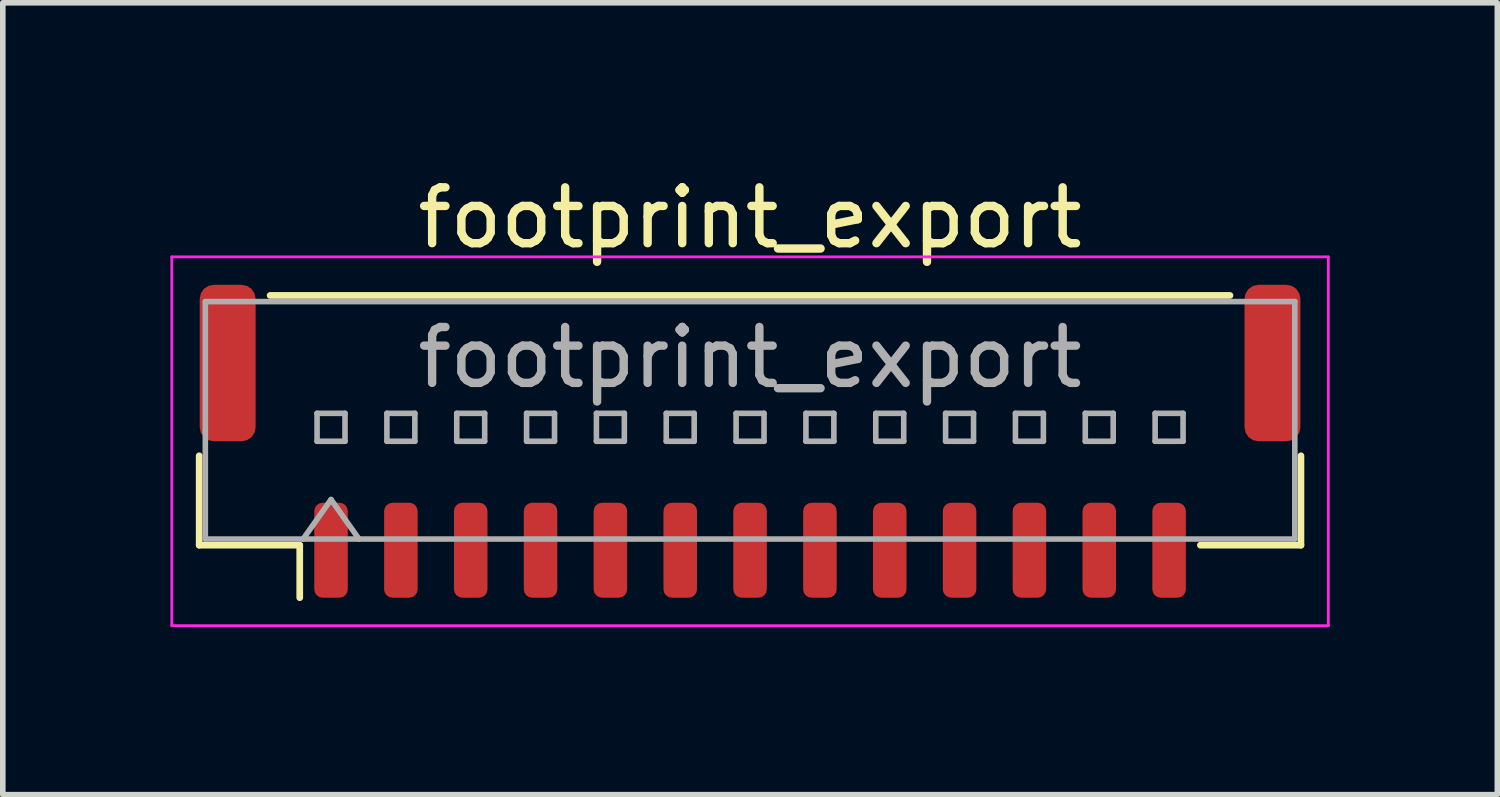
<source format=kicad_pcb>
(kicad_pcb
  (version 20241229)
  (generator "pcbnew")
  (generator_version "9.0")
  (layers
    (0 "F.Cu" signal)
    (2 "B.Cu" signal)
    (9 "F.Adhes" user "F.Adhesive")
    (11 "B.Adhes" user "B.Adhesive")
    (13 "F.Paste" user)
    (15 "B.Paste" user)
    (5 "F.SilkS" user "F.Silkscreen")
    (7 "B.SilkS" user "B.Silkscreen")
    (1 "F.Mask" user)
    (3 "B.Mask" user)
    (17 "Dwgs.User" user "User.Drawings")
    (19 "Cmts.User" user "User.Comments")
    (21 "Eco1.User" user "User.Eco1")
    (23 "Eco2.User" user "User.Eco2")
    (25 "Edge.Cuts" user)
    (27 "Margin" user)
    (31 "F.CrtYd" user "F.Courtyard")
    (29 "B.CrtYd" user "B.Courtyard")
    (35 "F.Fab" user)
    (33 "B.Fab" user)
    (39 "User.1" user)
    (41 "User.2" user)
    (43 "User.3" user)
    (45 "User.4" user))
  (footprint "footprint_export"
    (layer "F.Cu")
    (at 10.375 4.848)
    (property "Reference" "footprint_export" (at 0 -4 0) (layer "F.SilkS") (effects (font (size 1 1) (thickness 0.15))))
    (attr smd)
    (fp_line (start -9.86 0.26) (end -9.86 1.86) (stroke (width 0.12) (type solid)) (layer "F.SilkS"))
    (fp_line (start -9.86 1.86) (end -8.06 1.86) (stroke (width 0.12) (type solid)) (layer "F.SilkS"))
    (fp_line (start -8.59 -2.61) (end 8.59 -2.61) (stroke (width 0.12) (type solid)) (layer "F.SilkS"))
    (fp_line (start -8.06 1.86) (end -8.06 2.8) (stroke (width 0.12) (type solid)) (layer "F.SilkS"))
    (fp_line (start 9.86 0.26) (end 9.86 1.86) (stroke (width 0.12) (type solid)) (layer "F.SilkS"))
    (fp_line (start 9.86 1.86) (end 8.06 1.86) (stroke (width 0.12) (type solid)) (layer "F.SilkS"))
    (fp_line (start -10.35 -3.3) (end -10.35 3.3) (stroke (width 0.05) (type solid)) (layer "F.CrtYd"))
    (fp_line (start -10.35 3.3) (end 10.35 3.3) (stroke (width 0.05) (type solid)) (layer "F.CrtYd"))
    (fp_line (start 10.35 -3.3) (end -10.35 -3.3) (stroke (width 0.05) (type solid)) (layer "F.CrtYd"))
    (fp_line (start 10.35 3.3) (end 10.35 -3.3) (stroke (width 0.05) (type solid)) (layer "F.CrtYd"))
    (fp_line (start -9.75 -2.5) (end 9.75 -2.5) (stroke (width 0.1) (type solid)) (layer "F.Fab"))
    (fp_line (start -9.75 1.75) (end -9.75 -2.5) (stroke (width 0.1) (type solid)) (layer "F.Fab"))
    (fp_line (start -9.75 1.75) (end 9.75 1.75) (stroke (width 0.1) (type solid)) (layer "F.Fab"))
    (fp_line (start -8 1.75) (end -7.5 1.043) (stroke (width 0.1) (type solid)) (layer "F.Fab"))
    (fp_line (start -7.75 -0.5) (end -7.75 0) (stroke (width 0.1) (type solid)) (layer "F.Fab"))
    (fp_line (start -7.75 0) (end -7.25 0) (stroke (width 0.1) (type solid)) (layer "F.Fab"))
    (fp_line (start -7.5 1.043) (end -7 1.75) (stroke (width 0.1) (type solid)) (layer "F.Fab"))
    (fp_line (start -7.25 -0.5) (end -7.75 -0.5) (stroke (width 0.1) (type solid)) (layer "F.Fab"))
    (fp_line (start -7.25 0) (end -7.25 -0.5) (stroke (width 0.1) (type solid)) (layer "F.Fab"))
    (fp_line (start -6.5 -0.5) (end -6.5 0) (stroke (width 0.1) (type solid)) (layer "F.Fab"))
    (fp_line (start -6.5 0) (end -6 0) (stroke (width 0.1) (type solid)) (layer "F.Fab"))
    (fp_line (start -6 -0.5) (end -6.5 -0.5) (stroke (width 0.1) (type solid)) (layer "F.Fab"))
    (fp_line (start -6 0) (end -6 -0.5) (stroke (width 0.1) (type solid)) (layer "F.Fab"))
    (fp_line (start -5.25 -0.5) (end -5.25 0) (stroke (width 0.1) (type solid)) (layer "F.Fab"))
    (fp_line (start -5.25 0) (end -4.75 0) (stroke (width 0.1) (type solid)) (layer "F.Fab"))
    (fp_line (start -4.75 -0.5) (end -5.25 -0.5) (stroke (width 0.1) (type solid)) (layer "F.Fab"))
    (fp_line (start -4.75 0) (end -4.75 -0.5) (stroke (width 0.1) (type solid)) (layer "F.Fab"))
    (fp_line (start -4 -0.5) (end -4 0) (stroke (width 0.1) (type solid)) (layer "F.Fab"))
    (fp_line (start -4 0) (end -3.5 0) (stroke (width 0.1) (type solid)) (layer "F.Fab"))
    (fp_line (start -3.5 -0.5) (end -4 -0.5) (stroke (width 0.1) (type solid)) (layer "F.Fab"))
    (fp_line (start -3.5 0) (end -3.5 -0.5) (stroke (width 0.1) (type solid)) (layer "F.Fab"))
    (fp_line (start -2.75 -0.5) (end -2.75 0) (stroke (width 0.1) (type solid)) (layer "F.Fab"))
    (fp_line (start -2.75 0) (end -2.25 0) (stroke (width 0.1) (type solid)) (layer "F.Fab"))
    (fp_line (start -2.25 -0.5) (end -2.75 -0.5) (stroke (width 0.1) (type solid)) (layer "F.Fab"))
    (fp_line (start -2.25 0) (end -2.25 -0.5) (stroke (width 0.1) (type solid)) (layer "F.Fab"))
    (fp_line (start -1.5 -0.5) (end -1.5 0) (stroke (width 0.1) (type solid)) (layer "F.Fab"))
    (fp_line (start -1.5 0) (end -1 0) (stroke (width 0.1) (type solid)) (layer "F.Fab"))
    (fp_line (start -1 -0.5) (end -1.5 -0.5) (stroke (width 0.1) (type solid)) (layer "F.Fab"))
    (fp_line (start -1 0) (end -1 -0.5) (stroke (width 0.1) (type solid)) (layer "F.Fab"))
    (fp_line (start -0.25 -0.5) (end -0.25 0) (stroke (width 0.1) (type solid)) (layer "F.Fab"))
    (fp_line (start -0.25 0) (end 0.25 0) (stroke (width 0.1) (type solid)) (layer "F.Fab"))
    (fp_line (start 0.25 -0.5) (end -0.25 -0.5) (stroke (width 0.1) (type solid)) (layer "F.Fab"))
    (fp_line (start 0.25 0) (end 0.25 -0.5) (stroke (width 0.1) (type solid)) (layer "F.Fab"))
    (fp_line (start 1 -0.5) (end 1 0) (stroke (width 0.1) (type solid)) (layer "F.Fab"))
    (fp_line (start 1 0) (end 1.5 0) (stroke (width 0.1) (type solid)) (layer "F.Fab"))
    (fp_line (start 1.5 -0.5) (end 1 -0.5) (stroke (width 0.1) (type solid)) (layer "F.Fab"))
    (fp_line (start 1.5 0) (end 1.5 -0.5) (stroke (width 0.1) (type solid)) (layer "F.Fab"))
    (fp_line (start 2.25 -0.5) (end 2.25 0) (stroke (width 0.1) (type solid)) (layer "F.Fab"))
    (fp_line (start 2.25 0) (end 2.75 0) (stroke (width 0.1) (type solid)) (layer "F.Fab"))
    (fp_line (start 2.75 -0.5) (end 2.25 -0.5) (stroke (width 0.1) (type solid)) (layer "F.Fab"))
    (fp_line (start 2.75 0) (end 2.75 -0.5) (stroke (width 0.1) (type solid)) (layer "F.Fab"))
    (fp_line (start 3.5 -0.5) (end 3.5 0) (stroke (width 0.1) (type solid)) (layer "F.Fab"))
    (fp_line (start 3.5 0) (end 4 0) (stroke (width 0.1) (type solid)) (layer "F.Fab"))
    (fp_line (start 4 -0.5) (end 3.5 -0.5) (stroke (width 0.1) (type solid)) (layer "F.Fab"))
    (fp_line (start 4 0) (end 4 -0.5) (stroke (width 0.1) (type solid)) (layer "F.Fab"))
    (fp_line (start 4.75 -0.5) (end 4.75 0) (stroke (width 0.1) (type solid)) (layer "F.Fab"))
    (fp_line (start 4.75 0) (end 5.25 0) (stroke (width 0.1) (type solid)) (layer "F.Fab"))
    (fp_line (start 5.25 -0.5) (end 4.75 -0.5) (stroke (width 0.1) (type solid)) (layer "F.Fab"))
    (fp_line (start 5.25 0) (end 5.25 -0.5) (stroke (width 0.1) (type solid)) (layer "F.Fab"))
    (fp_line (start 6 -0.5) (end 6 0) (stroke (width 0.1) (type solid)) (layer "F.Fab"))
    (fp_line (start 6 0) (end 6.5 0) (stroke (width 0.1) (type solid)) (layer "F.Fab"))
    (fp_line (start 6.5 -0.5) (end 6 -0.5) (stroke (width 0.1) (type solid)) (layer "F.Fab"))
    (fp_line (start 6.5 0) (end 6.5 -0.5) (stroke (width 0.1) (type solid)) (layer "F.Fab"))
    (fp_line (start 7.25 -0.5) (end 7.25 0) (stroke (width 0.1) (type solid)) (layer "F.Fab"))
    (fp_line (start 7.25 0) (end 7.75 0) (stroke (width 0.1) (type solid)) (layer "F.Fab"))
    (fp_line (start 7.75 -0.5) (end 7.25 -0.5) (stroke (width 0.1) (type solid)) (layer "F.Fab"))
    (fp_line (start 7.75 0) (end 7.75 -0.5) (stroke (width 0.1) (type solid)) (layer "F.Fab"))
    (fp_line (start 9.75 1.75) (end 9.75 -2.5) (stroke (width 0.1) (type solid)) (layer "F.Fab"))
    (fp_text user "${REFERENCE}" (at 0 -1.5 0) (layer "F.Fab") (effects (font (size 1 1) (thickness 0.15))))
    (pad "1" smd roundrect (at -7.5 1.95) (size 0.6 1.7) (layers "F.Cu" "F.Mask" "F.Paste") (roundrect_rratio 0.25))
    (pad "2" smd roundrect (at -6.25 1.95) (size 0.6 1.7) (layers "F.Cu" "F.Mask" "F.Paste") (roundrect_rratio 0.25))
    (pad "3" smd roundrect (at -5 1.95) (size 0.6 1.7) (layers "F.Cu" "F.Mask" "F.Paste") (roundrect_rratio 0.25))
    (pad "4" smd roundrect (at -3.75 1.95) (size 0.6 1.7) (layers "F.Cu" "F.Mask" "F.Paste") (roundrect_rratio 0.25))
    (pad "5" smd roundrect (at -2.5 1.95) (size 0.6 1.7) (layers "F.Cu" "F.Mask" "F.Paste") (roundrect_rratio 0.25))
    (pad "6" smd roundrect (at -1.25 1.95) (size 0.6 1.7) (layers "F.Cu" "F.Mask" "F.Paste") (roundrect_rratio 0.25))
    (pad "7" smd roundrect (at 0 1.95) (size 0.6 1.7) (layers "F.Cu" "F.Mask" "F.Paste") (roundrect_rratio 0.25))
    (pad "8" smd roundrect (at 1.25 1.95) (size 0.6 1.7) (layers "F.Cu" "F.Mask" "F.Paste") (roundrect_rratio 0.25))
    (pad "9" smd roundrect (at 2.5 1.95) (size 0.6 1.7) (layers "F.Cu" "F.Mask" "F.Paste") (roundrect_rratio 0.25))
    (pad "10" smd roundrect (at 3.75 1.95) (size 0.6 1.7) (layers "F.Cu" "F.Mask" "F.Paste") (roundrect_rratio 0.25))
    (pad "11" smd roundrect (at 5 1.95) (size 0.6 1.7) (layers "F.Cu" "F.Mask" "F.Paste") (roundrect_rratio 0.25))
    (pad "12" smd roundrect (at 6.25 1.95) (size 0.6 1.7) (layers "F.Cu" "F.Mask" "F.Paste") (roundrect_rratio 0.25))
    (pad "13" smd roundrect (at 7.5 1.95) (size 0.6 1.7) (layers "F.Cu" "F.Mask" "F.Paste") (roundrect_rratio 0.25))
    (pad "MP" smd roundrect (at -9.35 -1.4) (size 1 2.8) (layers "F.Cu" "F.Mask" "F.Paste") (roundrect_rratio 0.25))
    (pad "MP" smd roundrect (at 9.35 -1.4) (size 1 2.8) (layers "F.Cu" "F.Mask" "F.Paste") (roundrect_rratio 0.25)))
  (gr_rect
    (start -3 -3)
    (end 23.75 11.173)
    (stroke (width 0.1) (type default))
    (fill no)
    (layer "Edge.Cuts")))
</source>
